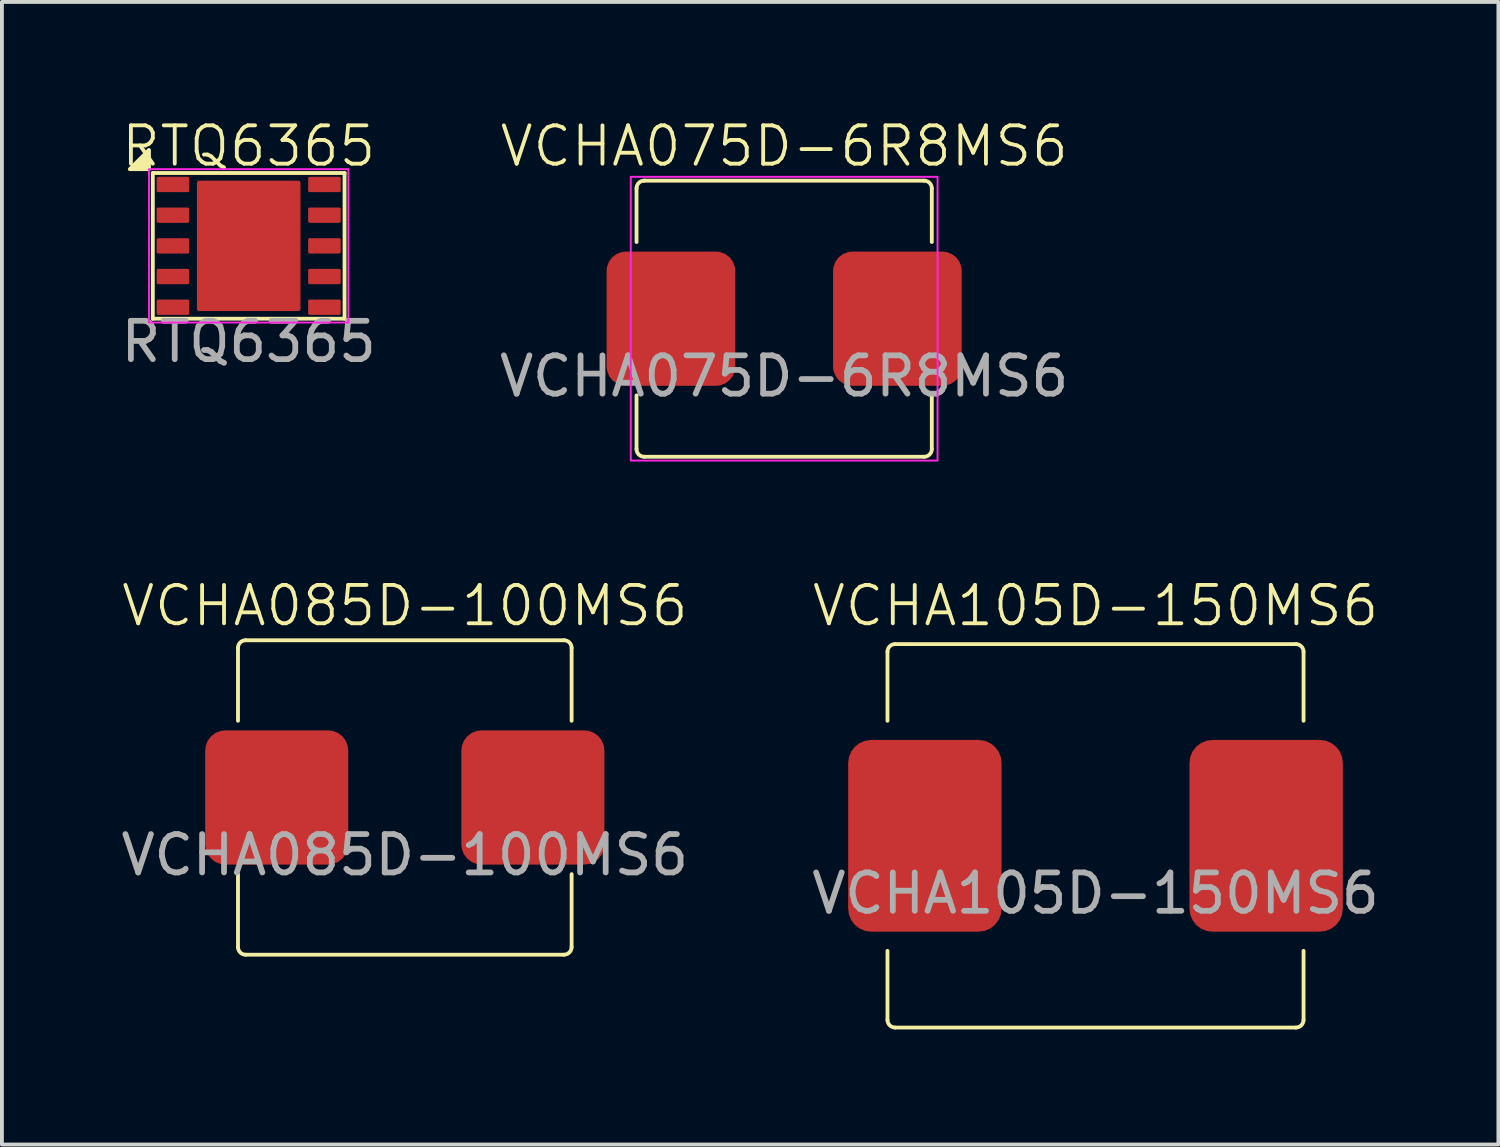
<source format=kicad_pcb>
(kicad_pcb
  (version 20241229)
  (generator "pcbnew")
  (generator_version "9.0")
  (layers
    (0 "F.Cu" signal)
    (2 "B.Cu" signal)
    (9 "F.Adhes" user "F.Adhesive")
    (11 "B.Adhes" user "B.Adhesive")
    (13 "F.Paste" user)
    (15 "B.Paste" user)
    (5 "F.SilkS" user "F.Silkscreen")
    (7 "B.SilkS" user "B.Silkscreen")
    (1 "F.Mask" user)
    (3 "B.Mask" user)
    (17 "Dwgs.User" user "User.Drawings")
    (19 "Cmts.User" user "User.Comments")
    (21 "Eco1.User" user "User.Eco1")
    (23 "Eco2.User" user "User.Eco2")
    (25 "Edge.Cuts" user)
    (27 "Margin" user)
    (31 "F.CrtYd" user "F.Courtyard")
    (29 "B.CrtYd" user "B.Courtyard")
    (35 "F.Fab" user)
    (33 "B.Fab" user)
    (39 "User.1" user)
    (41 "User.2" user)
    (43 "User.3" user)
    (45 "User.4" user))
  (footprint "RTQ6365"
    (layer "F.Cu")
    (at 3.435 3.361)
    (property "Reference" "RTQ6365" (at 0 -2.6 0) (unlocked yes) (layer "F.SilkS") (effects (font (size 1 1) (thickness 0.1))))
    (attr board_only exclude_from_pos_files exclude_from_bom)
    (fp_line (start -2.5 -1.9) (end 2.5 -1.9) (stroke (width 0.1) (type default)) (layer "F.SilkS"))
    (fp_line (start -2.5 1.9) (end -2.5 -1.9) (stroke (width 0.1) (type default)) (layer "F.SilkS"))
    (fp_line (start 2.5 -1.9) (end 2.5 1.9) (stroke (width 0.1) (type default)) (layer "F.SilkS"))
    (fp_line (start 2.5 1.9) (end -2.5 1.9) (stroke (width 0.1) (type default)) (layer "F.SilkS"))
    (fp_poly (pts (xy -2.6 -2) (xy -3.1 -2) (xy -2.6 -2.5)) (stroke (width 0.1) (type solid)) (fill yes) (layer "F.SilkS"))
    (fp_rect (start -2.6 -2) (end 2.6 2) (stroke (width 0.05) (type default)) (fill no) (layer "F.CrtYd"))
    (fp_text user "${REFERENCE}" (at 0 2.5 0) (unlocked yes) (layer "F.Fab") (effects (font (size 1 1) (thickness 0.15))))
    (pad "1" smd roundrect (at -1.975 -1.6 270) (size 0.4 0.85) (layers "F.Cu" "F.Mask" "F.Paste") (roundrect_rratio 0.1))
    (pad "2" smd roundrect (at -1.975 -0.8 270) (size 0.4 0.85) (layers "F.Cu" "F.Mask" "F.Paste") (roundrect_rratio 0.1))
    (pad "3" smd roundrect (at -1.975 0 270) (size 0.4 0.85) (layers "F.Cu" "F.Mask" "F.Paste") (roundrect_rratio 0.1))
    (pad "4" smd roundrect (at -1.975 0.8 270) (size 0.4 0.85) (layers "F.Cu" "F.Mask" "F.Paste") (roundrect_rratio 0.1))
    (pad "5" smd roundrect (at -1.975 1.6 270) (size 0.4 0.85) (layers "F.Cu" "F.Mask" "F.Paste") (roundrect_rratio 0.1))
    (pad "6" smd roundrect (at 1.975 1.6 270) (size 0.4 0.85) (layers "F.Cu" "F.Mask" "F.Paste") (roundrect_rratio 0.1))
    (pad "7" smd roundrect (at 1.975 0.8 270) (size 0.4 0.85) (layers "F.Cu" "F.Mask" "F.Paste") (roundrect_rratio 0.1))
    (pad "8" smd roundrect (at 1.975 0 270) (size 0.4 0.85) (layers "F.Cu" "F.Mask" "F.Paste") (roundrect_rratio 0.1))
    (pad "9" smd roundrect (at 1.975 -0.8 270) (size 0.4 0.85) (layers "F.Cu" "F.Mask" "F.Paste") (roundrect_rratio 0.1))
    (pad "10" smd roundrect (at 1.975 -1.6 270) (size 0.4 0.85) (layers "F.Cu" "F.Mask" "F.Paste") (roundrect_rratio 0.1))
    (pad "11" smd roundrect (at 0 0) (size 2.7 3.4) (layers "F.Cu" "F.Mask" "F.Paste") (roundrect_rratio 0.02)))
  (footprint "VCHA075D-6R8MS6"
    (layer "F.Cu")
    (at 17.399 5.261)
    (property "Reference" "VCHA075D-6R8MS6" (at 0 -4.5 0) (unlocked yes) (layer "F.SilkS") (effects (font (size 1 1) (thickness 0.1))))
    (attr smd)
    (fp_line (start -3.85 -2) (end -3.85 -3.4) (stroke (width 0.1) (type default)) (layer "F.SilkS"))
    (fp_line (start -3.85 3.4) (end -3.85 2) (stroke (width 0.1) (type default)) (layer "F.SilkS"))
    (fp_line (start -3.65 -3.6) (end 3.65 -3.6) (stroke (width 0.1) (type default)) (layer "F.SilkS"))
    (fp_line (start 3.65 3.6) (end -3.65 3.6) (stroke (width 0.1) (type default)) (layer "F.SilkS"))
    (fp_line (start 3.85 -2) (end 3.85 -3.4) (stroke (width 0.1) (type default)) (layer "F.SilkS"))
    (fp_line (start 3.85 3.4) (end 3.85 2) (stroke (width 0.1) (type default)) (layer "F.SilkS"))
    (fp_arc (start -3.85 -3.4) (mid -3.791421 -3.541421) (end -3.65 -3.6) (stroke (width 0.1) (type default)) (layer "F.SilkS"))
    (fp_arc (start -3.65 3.6) (mid -3.791421 3.541421) (end -3.85 3.4) (stroke (width 0.1) (type default)) (layer "F.SilkS"))
    (fp_arc (start 3.65 -3.6) (mid 3.791421 -3.541421) (end 3.85 -3.4) (stroke (width 0.1) (type default)) (layer "F.SilkS"))
    (fp_arc (start 3.85 3.4) (mid 3.791421 3.541421) (end 3.65 3.6) (stroke (width 0.1) (type default)) (layer "F.SilkS"))
    (fp_rect (start -4 -3.7) (end 4 3.7) (stroke (width 0.05) (type default)) (fill no) (layer "F.CrtYd"))
    (fp_text user "${REFERENCE}" (at 0 1.5 0) (unlocked yes) (layer "F.Fab") (effects (font (size 1 1) (thickness 0.15))))
    (pad "1" smd roundrect (at -2.953 0) (size 3.355 3.5) (layers "F.Cu" "F.Mask" "F.Paste") (roundrect_rratio 0.15))
    (pad "2" smd roundrect (at 2.953 0) (size 3.355 3.5) (layers "F.Cu" "F.Mask" "F.Paste") (roundrect_rratio 0.15)))
  (footprint "VCHA085D-100MS6"
    (layer "F.Cu")
    (at 7.506 17.746)
    (property "Reference" "VCHA085D-100MS6" (at 0 -5 0) (unlocked yes) (layer "F.SilkS") (effects (font (size 1 1) (thickness 0.1))))
    (attr smd)
    (fp_line (start -4.35 -2) (end -4.35 -3.9) (stroke (width 0.1) (type default)) (layer "F.SilkS"))
    (fp_line (start -4.35 3.9) (end -4.35 2) (stroke (width 0.1) (type default)) (layer "F.SilkS"))
    (fp_line (start -4.15 -4.1) (end 4.15 -4.1) (stroke (width 0.1) (type default)) (layer "F.SilkS"))
    (fp_line (start 4.15 4.1) (end -4.15 4.1) (stroke (width 0.1) (type default)) (layer "F.SilkS"))
    (fp_line (start 4.35 -2) (end 4.35 -3.9) (stroke (width 0.1) (type default)) (layer "F.SilkS"))
    (fp_line (start 4.35 2) (end 4.35 3.9) (stroke (width 0.1) (type default)) (layer "F.SilkS"))
    (fp_arc (start -4.35 -3.9) (mid -4.291421 -4.041421) (end -4.15 -4.1) (stroke (width 0.1) (type default)) (layer "F.SilkS"))
    (fp_arc (start -4.15 4.1) (mid -4.291421 4.041421) (end -4.35 3.9) (stroke (width 0.1) (type default)) (layer "F.SilkS"))
    (fp_arc (start 4.15 -4.1) (mid 4.291421 -4.041421) (end 4.35 -3.9) (stroke (width 0.1) (type default)) (layer "F.SilkS"))
    (fp_arc (start 4.35 3.9) (mid 4.291421 4.041421) (end 4.15 4.1) (stroke (width 0.1) (type default)) (layer "F.SilkS"))
    (fp_text user "${REFERENCE}" (at 0 1.5 0) (unlocked yes) (layer "F.Fab") (effects (font (size 1 1) (thickness 0.15))))
    (pad "1" smd roundrect (at -3.34 0) (size 3.73 3.5) (layers "F.Cu" "F.Mask" "F.Paste") (roundrect_rratio 0.15))
    (pad "2" smd roundrect (at 3.34 0) (size 3.73 3.5) (layers "F.Cu" "F.Mask" "F.Paste") (roundrect_rratio 0.15)))
  (footprint "VCHA105D-150MS6"
    (layer "F.Cu")
    (at 25.518 18.746)
    (property "Reference" "VCHA105D-150MS6" (at 0 -6 0) (unlocked yes) (layer "F.SilkS") (effects (font (size 1 1) (thickness 0.1))))
    (attr smd)
    (fp_line (start -5.425 -3) (end -5.425 -4.8) (stroke (width 0.1) (type default)) (layer "F.SilkS"))
    (fp_line (start -5.425 4.8) (end -5.425 3) (stroke (width 0.1) (type default)) (layer "F.SilkS"))
    (fp_line (start -5.225 -5) (end 5.225 -5) (stroke (width 0.1) (type default)) (layer "F.SilkS"))
    (fp_line (start 5.225 5) (end -5.225 5) (stroke (width 0.1) (type default)) (layer "F.SilkS"))
    (fp_line (start 5.425 -3) (end 5.425 -4.8) (stroke (width 0.1) (type default)) (layer "F.SilkS"))
    (fp_line (start 5.425 3) (end 5.425 4.8) (stroke (width 0.1) (type default)) (layer "F.SilkS"))
    (fp_arc (start -5.425 -4.8) (mid -5.366421 -4.941421) (end -5.225 -5) (stroke (width 0.1) (type default)) (layer "F.SilkS"))
    (fp_arc (start -5.225 5) (mid -5.366421 4.941421) (end -5.425 4.8) (stroke (width 0.1) (type default)) (layer "F.SilkS"))
    (fp_arc (start 5.225 -5) (mid 5.366421 -4.941421) (end 5.425 -4.8) (stroke (width 0.1) (type default)) (layer "F.SilkS"))
    (fp_arc (start 5.425 4.8) (mid 5.366421 4.941421) (end 5.225 5) (stroke (width 0.1) (type default)) (layer "F.SilkS"))
    (fp_text user "${REFERENCE}" (at 0 1.5 0) (unlocked yes) (layer "F.Fab") (effects (font (size 1 1) (thickness 0.15))))
    (pad "1" smd roundrect (at -4.45 0) (size 4 5) (layers "F.Cu" "F.Mask" "F.Paste") (roundrect_rratio 0.15))
    (pad "2" smd roundrect (at 4.45 0) (size 4 5) (layers "F.Cu" "F.Mask" "F.Paste") (roundrect_rratio 0.15)))
  (gr_rect
    (start -3 -3)
    (end 36.024 26.796)
    (stroke (width 0.1) (type default))
    (fill no)
    (layer "Edge.Cuts")))
</source>
